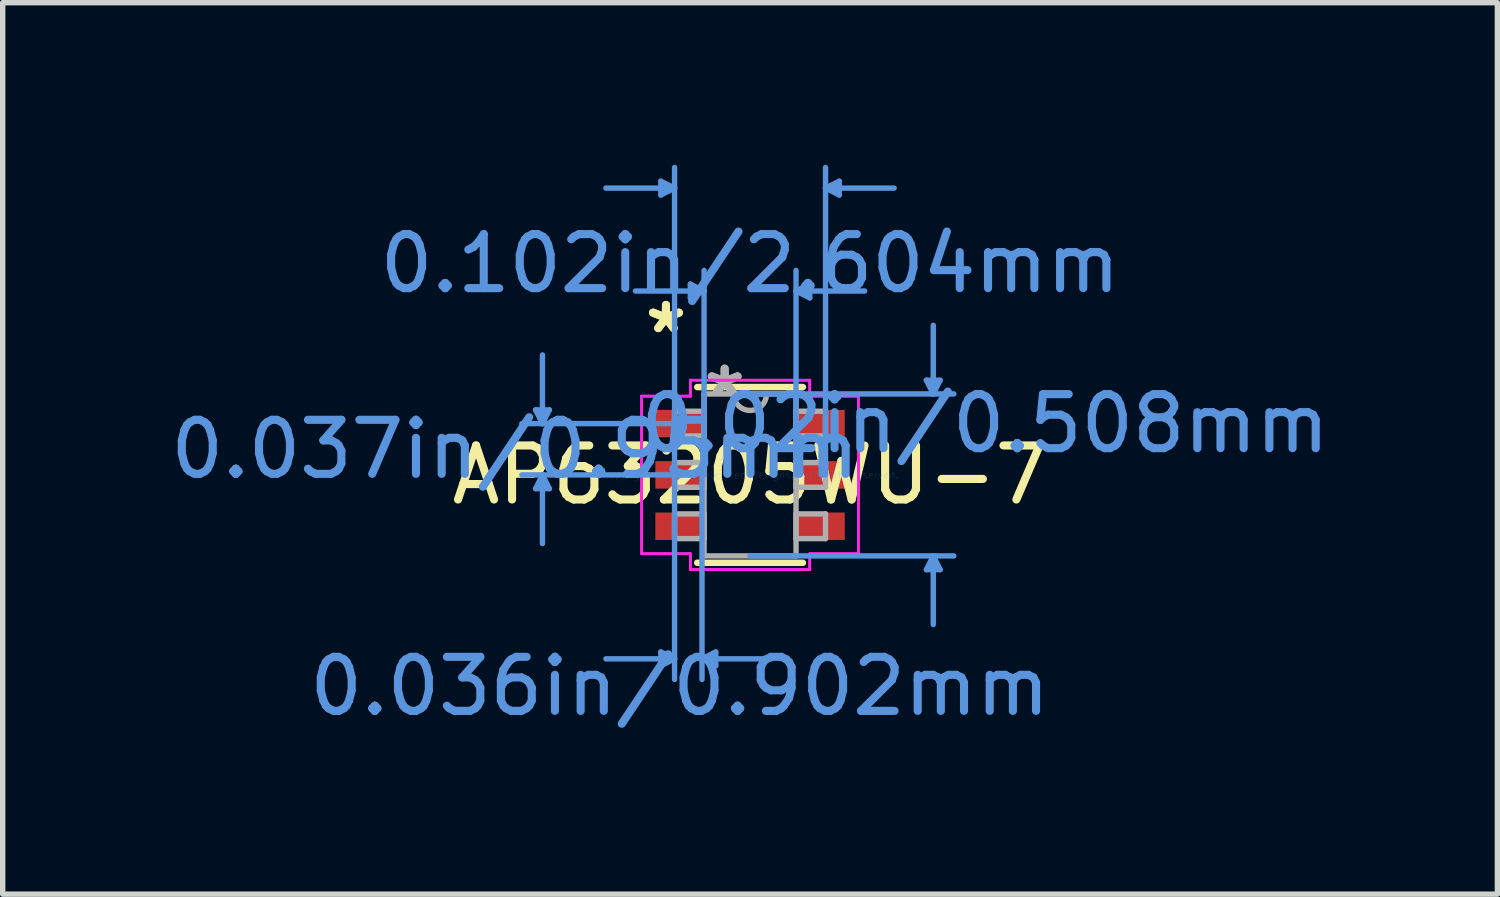
<source format=kicad_pcb>
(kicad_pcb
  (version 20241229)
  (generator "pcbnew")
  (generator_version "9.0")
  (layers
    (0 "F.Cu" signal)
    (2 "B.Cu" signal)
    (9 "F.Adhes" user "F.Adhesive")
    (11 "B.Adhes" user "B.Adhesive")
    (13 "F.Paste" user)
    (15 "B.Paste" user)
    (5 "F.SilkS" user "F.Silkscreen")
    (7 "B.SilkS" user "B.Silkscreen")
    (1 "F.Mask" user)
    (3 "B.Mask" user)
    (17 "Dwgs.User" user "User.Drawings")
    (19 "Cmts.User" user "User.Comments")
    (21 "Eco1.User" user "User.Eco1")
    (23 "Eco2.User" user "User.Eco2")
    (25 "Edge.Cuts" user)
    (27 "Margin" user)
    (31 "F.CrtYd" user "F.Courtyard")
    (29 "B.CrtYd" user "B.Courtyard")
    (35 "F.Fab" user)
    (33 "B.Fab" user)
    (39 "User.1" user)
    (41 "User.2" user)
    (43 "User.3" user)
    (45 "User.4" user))
  (footprint "AP63205WU-7"
    (layer "F.Cu")
    (at 10.832 5.74)
    (property "Reference" "AP63205WU-7" (at 0 0 0) (layer "F.SilkS") (effects (font (size 1 1) (thickness 0.15))))
    (attr through_hole)
    (fp_line (start -0.978 1.626) (end 0.978 1.626) (stroke (width 0.12) (type solid)) (layer "F.SilkS"))
    (fp_line (start 0.978 -1.626) (end -0.978 -1.626) (stroke (width 0.12) (type solid)) (layer "F.SilkS"))
    (fp_line (start -3.969 -1.204) (end -3.715 -1.204) (stroke (width 0.1) (type solid)) (layer "Cmts.User"))
    (fp_line (start -3.969 0.254) (end -3.715 0.254) (stroke (width 0.1) (type solid)) (layer "Cmts.User"))
    (fp_line (start -3.842 -0.95) (end -3.969 -1.204) (stroke (width 0.1) (type solid)) (layer "Cmts.User"))
    (fp_line (start -3.842 -0.95) (end -3.842 -2.22) (stroke (width 0.1) (type solid)) (layer "Cmts.User"))
    (fp_line (start -3.842 -0.95) (end -3.715 -1.204) (stroke (width 0.1) (type solid)) (layer "Cmts.User"))
    (fp_line (start -3.842 0) (end -3.969 0.254) (stroke (width 0.1) (type solid)) (layer "Cmts.User"))
    (fp_line (start -3.842 0) (end -3.842 1.27) (stroke (width 0.1) (type solid)) (layer "Cmts.User"))
    (fp_line (start -3.842 0) (end -3.715 0.254) (stroke (width 0.1) (type solid)) (layer "Cmts.User"))
    (fp_line (start -1.651 -5.436) (end -1.651 -5.182) (stroke (width 0.1) (type solid)) (layer "Cmts.User"))
    (fp_line (start -1.651 3.277) (end -1.651 3.531) (stroke (width 0.1) (type solid)) (layer "Cmts.User"))
    (fp_line (start -1.397 -5.309) (end -2.667 -5.309) (stroke (width 0.1) (type solid)) (layer "Cmts.User"))
    (fp_line (start -1.397 -5.309) (end -1.651 -5.436) (stroke (width 0.1) (type solid)) (layer "Cmts.User"))
    (fp_line (start -1.397 -5.309) (end -1.651 -5.182) (stroke (width 0.1) (type solid)) (layer "Cmts.User"))
    (fp_line (start -1.397 0) (end -1.397 -5.69) (stroke (width 0.1) (type solid)) (layer "Cmts.User"))
    (fp_line (start -1.397 0) (end -1.397 3.785) (stroke (width 0.1) (type solid)) (layer "Cmts.User"))
    (fp_line (start -1.397 3.404) (end -2.667 3.404) (stroke (width 0.1) (type solid)) (layer "Cmts.User"))
    (fp_line (start -1.397 3.404) (end -1.651 3.277) (stroke (width 0.1) (type solid)) (layer "Cmts.User"))
    (fp_line (start -1.397 3.404) (end -1.651 3.531) (stroke (width 0.1) (type solid)) (layer "Cmts.User"))
    (fp_line (start -1.302 -0.95) (end -4.223 -0.95) (stroke (width 0.1) (type solid)) (layer "Cmts.User"))
    (fp_line (start -1.302 0) (end -4.223 0) (stroke (width 0.1) (type solid)) (layer "Cmts.User"))
    (fp_line (start -1.105 -3.531) (end -1.105 -3.277) (stroke (width 0.1) (type solid)) (layer "Cmts.User"))
    (fp_line (start -0.889 0) (end -0.889 3.785) (stroke (width 0.1) (type solid)) (layer "Cmts.User"))
    (fp_line (start -0.889 3.404) (end -0.635 3.277) (stroke (width 0.1) (type solid)) (layer "Cmts.User"))
    (fp_line (start -0.889 3.404) (end -0.635 3.531) (stroke (width 0.1) (type solid)) (layer "Cmts.User"))
    (fp_line (start -0.889 3.404) (end 0.381 3.404) (stroke (width 0.1) (type solid)) (layer "Cmts.User"))
    (fp_line (start -0.851 -3.404) (end -2.121 -3.404) (stroke (width 0.1) (type solid)) (layer "Cmts.User"))
    (fp_line (start -0.851 -3.404) (end -1.105 -3.531) (stroke (width 0.1) (type solid)) (layer "Cmts.User"))
    (fp_line (start -0.851 -3.404) (end -1.105 -3.277) (stroke (width 0.1) (type solid)) (layer "Cmts.User"))
    (fp_line (start -0.851 0) (end -0.851 -3.785) (stroke (width 0.1) (type solid)) (layer "Cmts.User"))
    (fp_line (start -0.635 3.277) (end -0.635 3.531) (stroke (width 0.1) (type solid)) (layer "Cmts.User"))
    (fp_line (start 0 -1.499) (end 3.772 -1.499) (stroke (width 0.1) (type solid)) (layer "Cmts.User"))
    (fp_line (start 0 1.499) (end 3.772 1.499) (stroke (width 0.1) (type solid)) (layer "Cmts.User"))
    (fp_line (start 0.851 -3.404) (end 1.105 -3.531) (stroke (width 0.1) (type solid)) (layer "Cmts.User"))
    (fp_line (start 0.851 -3.404) (end 1.105 -3.277) (stroke (width 0.1) (type solid)) (layer "Cmts.User"))
    (fp_line (start 0.851 -3.404) (end 2.121 -3.404) (stroke (width 0.1) (type solid)) (layer "Cmts.User"))
    (fp_line (start 0.851 0) (end 0.851 -3.785) (stroke (width 0.1) (type solid)) (layer "Cmts.User"))
    (fp_line (start 1.105 -3.531) (end 1.105 -3.277) (stroke (width 0.1) (type solid)) (layer "Cmts.User"))
    (fp_line (start 1.397 -5.309) (end 1.651 -5.436) (stroke (width 0.1) (type solid)) (layer "Cmts.User"))
    (fp_line (start 1.397 -5.309) (end 1.651 -5.182) (stroke (width 0.1) (type solid)) (layer "Cmts.User"))
    (fp_line (start 1.397 -5.309) (end 2.667 -5.309) (stroke (width 0.1) (type solid)) (layer "Cmts.User"))
    (fp_line (start 1.397 0) (end 1.397 -5.69) (stroke (width 0.1) (type solid)) (layer "Cmts.User"))
    (fp_line (start 1.651 -5.436) (end 1.651 -5.182) (stroke (width 0.1) (type solid)) (layer "Cmts.User"))
    (fp_line (start 3.264 -1.753) (end 3.518 -1.753) (stroke (width 0.1) (type solid)) (layer "Cmts.User"))
    (fp_line (start 3.264 1.753) (end 3.518 1.753) (stroke (width 0.1) (type solid)) (layer "Cmts.User"))
    (fp_line (start 3.391 -1.499) (end 3.264 -1.753) (stroke (width 0.1) (type solid)) (layer "Cmts.User"))
    (fp_line (start 3.391 -1.499) (end 3.391 -2.769) (stroke (width 0.1) (type solid)) (layer "Cmts.User"))
    (fp_line (start 3.391 -1.499) (end 3.518 -1.753) (stroke (width 0.1) (type solid)) (layer "Cmts.User"))
    (fp_line (start 3.391 1.499) (end 3.264 1.753) (stroke (width 0.1) (type solid)) (layer "Cmts.User"))
    (fp_line (start 3.391 1.499) (end 3.391 2.769) (stroke (width 0.1) (type solid)) (layer "Cmts.User"))
    (fp_line (start 3.391 1.499) (end 3.518 1.753) (stroke (width 0.1) (type solid)) (layer "Cmts.User"))
    (fp_line (start -2.007 -1.458) (end -1.105 -1.458) (stroke (width 0.05) (type solid)) (layer "F.CrtYd"))
    (fp_line (start -2.007 -1.458) (end -1.105 -1.458) (stroke (width 0.05) (type solid)) (layer "F.CrtYd"))
    (fp_line (start -2.007 1.458) (end -2.007 -1.458) (stroke (width 0.05) (type solid)) (layer "F.CrtYd"))
    (fp_line (start -2.007 1.458) (end -2.007 -1.458) (stroke (width 0.05) (type solid)) (layer "F.CrtYd"))
    (fp_line (start -2.007 1.458) (end -1.105 1.458) (stroke (width 0.05) (type solid)) (layer "F.CrtYd"))
    (fp_line (start -1.105 -1.753) (end 1.105 -1.753) (stroke (width 0.05) (type solid)) (layer "F.CrtYd"))
    (fp_line (start -1.105 -1.753) (end 1.105 -1.753) (stroke (width 0.05) (type solid)) (layer "F.CrtYd"))
    (fp_line (start -1.105 -1.458) (end -1.105 -1.753) (stroke (width 0.05) (type solid)) (layer "F.CrtYd"))
    (fp_line (start -1.105 -1.458) (end -1.105 -1.753) (stroke (width 0.05) (type solid)) (layer "F.CrtYd"))
    (fp_line (start -1.105 1.458) (end -2.007 1.458) (stroke (width 0.05) (type solid)) (layer "F.CrtYd"))
    (fp_line (start -1.105 1.753) (end -1.105 1.458) (stroke (width 0.05) (type solid)) (layer "F.CrtYd"))
    (fp_line (start -1.105 1.753) (end -1.105 1.458) (stroke (width 0.05) (type solid)) (layer "F.CrtYd"))
    (fp_line (start 1.105 -1.753) (end 1.105 -1.458) (stroke (width 0.05) (type solid)) (layer "F.CrtYd"))
    (fp_line (start 1.105 -1.753) (end 1.105 -1.458) (stroke (width 0.05) (type solid)) (layer "F.CrtYd"))
    (fp_line (start 1.105 -1.458) (end 2.007 -1.458) (stroke (width 0.05) (type solid)) (layer "F.CrtYd"))
    (fp_line (start 1.105 1.458) (end 1.105 1.753) (stroke (width 0.05) (type solid)) (layer "F.CrtYd"))
    (fp_line (start 1.105 1.458) (end 1.105 1.753) (stroke (width 0.05) (type solid)) (layer "F.CrtYd"))
    (fp_line (start 1.105 1.753) (end -1.105 1.753) (stroke (width 0.05) (type solid)) (layer "F.CrtYd"))
    (fp_line (start 1.105 1.753) (end -1.105 1.753) (stroke (width 0.05) (type solid)) (layer "F.CrtYd"))
    (fp_line (start 2.007 -1.458) (end 1.105 -1.458) (stroke (width 0.05) (type solid)) (layer "F.CrtYd"))
    (fp_line (start 2.007 -1.458) (end 2.007 1.458) (stroke (width 0.05) (type solid)) (layer "F.CrtYd"))
    (fp_line (start 2.007 -1.458) (end 2.007 1.458) (stroke (width 0.05) (type solid)) (layer "F.CrtYd"))
    (fp_line (start 2.007 1.458) (end 1.105 1.458) (stroke (width 0.05) (type solid)) (layer "F.CrtYd"))
    (fp_line (start 2.007 1.458) (end 1.105 1.458) (stroke (width 0.05) (type solid)) (layer "F.CrtYd"))
    (fp_line (start -1.397 -1.179) (end -1.397 -0.721) (stroke (width 0.1) (type solid)) (layer "F.Fab"))
    (fp_line (start -1.397 -0.721) (end -0.851 -0.721) (stroke (width 0.1) (type solid)) (layer "F.Fab"))
    (fp_line (start -1.397 -0.229) (end -1.397 0.229) (stroke (width 0.1) (type solid)) (layer "F.Fab"))
    (fp_line (start -1.397 0.229) (end -0.851 0.229) (stroke (width 0.1) (type solid)) (layer "F.Fab"))
    (fp_line (start -1.397 0.721) (end -1.397 1.179) (stroke (width 0.1) (type solid)) (layer "F.Fab"))
    (fp_line (start -1.397 1.179) (end -0.851 1.179) (stroke (width 0.1) (type solid)) (layer "F.Fab"))
    (fp_line (start -0.851 -1.499) (end -0.851 1.499) (stroke (width 0.1) (type solid)) (layer "F.Fab"))
    (fp_line (start -0.851 -1.179) (end -1.397 -1.179) (stroke (width 0.1) (type solid)) (layer "F.Fab"))
    (fp_line (start -0.851 -0.721) (end -0.851 -1.179) (stroke (width 0.1) (type solid)) (layer "F.Fab"))
    (fp_line (start -0.851 -0.229) (end -1.397 -0.229) (stroke (width 0.1) (type solid)) (layer "F.Fab"))
    (fp_line (start -0.851 0.229) (end -0.851 -0.229) (stroke (width 0.1) (type solid)) (layer "F.Fab"))
    (fp_line (start -0.851 0.721) (end -1.397 0.721) (stroke (width 0.1) (type solid)) (layer "F.Fab"))
    (fp_line (start -0.851 1.179) (end -0.851 0.721) (stroke (width 0.1) (type solid)) (layer "F.Fab"))
    (fp_line (start -0.851 1.499) (end 0.851 1.499) (stroke (width 0.1) (type solid)) (layer "F.Fab"))
    (fp_line (start 0.851 -1.499) (end -0.851 -1.499) (stroke (width 0.1) (type solid)) (layer "F.Fab"))
    (fp_line (start 0.851 -1.179) (end 0.851 -0.721) (stroke (width 0.1) (type solid)) (layer "F.Fab"))
    (fp_line (start 0.851 -0.721) (end 1.397 -0.721) (stroke (width 0.1) (type solid)) (layer "F.Fab"))
    (fp_line (start 0.851 -0.229) (end 0.851 0.229) (stroke (width 0.1) (type solid)) (layer "F.Fab"))
    (fp_line (start 0.851 0.229) (end 1.397 0.229) (stroke (width 0.1) (type solid)) (layer "F.Fab"))
    (fp_line (start 0.851 0.721) (end 0.851 1.179) (stroke (width 0.1) (type solid)) (layer "F.Fab"))
    (fp_line (start 0.851 1.179) (end 1.397 1.179) (stroke (width 0.1) (type solid)) (layer "F.Fab"))
    (fp_line (start 0.851 1.499) (end 0.851 -1.499) (stroke (width 0.1) (type solid)) (layer "F.Fab"))
    (fp_line (start 1.397 -1.179) (end 0.851 -1.179) (stroke (width 0.1) (type solid)) (layer "F.Fab"))
    (fp_line (start 1.397 -0.721) (end 1.397 -1.179) (stroke (width 0.1) (type solid)) (layer "F.Fab"))
    (fp_line (start 1.397 -0.229) (end 0.851 -0.229) (stroke (width 0.1) (type solid)) (layer "F.Fab"))
    (fp_line (start 1.397 0.229) (end 1.397 -0.229) (stroke (width 0.1) (type solid)) (layer "F.Fab"))
    (fp_line (start 1.397 0.721) (end 0.851 0.721) (stroke (width 0.1) (type solid)) (layer "F.Fab"))
    (fp_line (start 1.397 1.179) (end 1.397 0.721) (stroke (width 0.1) (type solid)) (layer "F.Fab"))
    (fp_arc (start 0.3048 -1.4986) (mid 0 -1.1938) (end -0.3048 -1.4986) (stroke (width 0.1) (type solid)) (layer "F.Fab"))
    (fp_text user "*" (at -1.556 -2.601 0) (layer "F.SilkS") (effects (font (size 1 1) (thickness 0.15))))
    (fp_text user "*" (at -1.556 -2.601 0) (layer "F.SilkS") (effects (font (size 1 1) (thickness 0.15))))
    (fp_text user "Copyright 2021 Accelerated Designs. All rights reserved." (at 0 0 0) (layer "Cmts.User") (effects (font (size 0.127 0.127) (thickness 0.002))))
    (fp_text user "0.037in/0.95mm" (at -4.35 -0.475 0) (layer "Cmts.User") (effects (font (size 1 1) (thickness 0.15))))
    (fp_text user "0.02in/0.508mm" (at 4.35 -0.95 0) (layer "Cmts.User") (effects (font (size 1 1) (thickness 0.15))))
    (fp_text user "0.036in/0.902mm" (at -1.302 3.912 0) (layer "Cmts.User") (effects (font (size 1 1) (thickness 0.15))))
    (fp_text user "0.102in/2.604mm" (at 0 -3.912 0) (layer "Cmts.User") (effects (font (size 1 1) (thickness 0.15))))
    (fp_text user "*" (at -0.47 -1.422 0) (layer "F.Fab") (effects (font (size 1 1) (thickness 0.15))))
    (fp_text user "*" (at -0.47 -1.422 0) (layer "F.Fab") (effects (font (size 1 1) (thickness 0.15))))
    (pad "1" smd rect (at -1.302 -0.95) (size 0.902 0.508) (layers "F.Cu" "F.Mask" "F.Paste"))
    (pad "2" smd rect (at -1.302 0) (size 0.902 0.508) (layers "F.Cu" "F.Mask" "F.Paste"))
    (pad "3" smd rect (at -1.302 0.95) (size 0.902 0.508) (layers "F.Cu" "F.Mask" "F.Paste"))
    (pad "4" smd rect (at 1.302 0.95) (size 0.902 0.508) (layers "F.Cu" "F.Mask" "F.Paste"))
    (pad "5" smd rect (at 1.302 0) (size 0.902 0.508) (layers "F.Cu" "F.Mask" "F.Paste"))
    (pad "6" smd rect (at 1.302 -0.95) (size 0.902 0.508) (layers "F.Cu" "F.Mask" "F.Paste")))
  (gr_rect
    (start -3 -3)
    (end 24.664 13.499)
    (stroke (width 0.1) (type default))
    (fill no)
    (layer "Edge.Cuts")))
</source>
